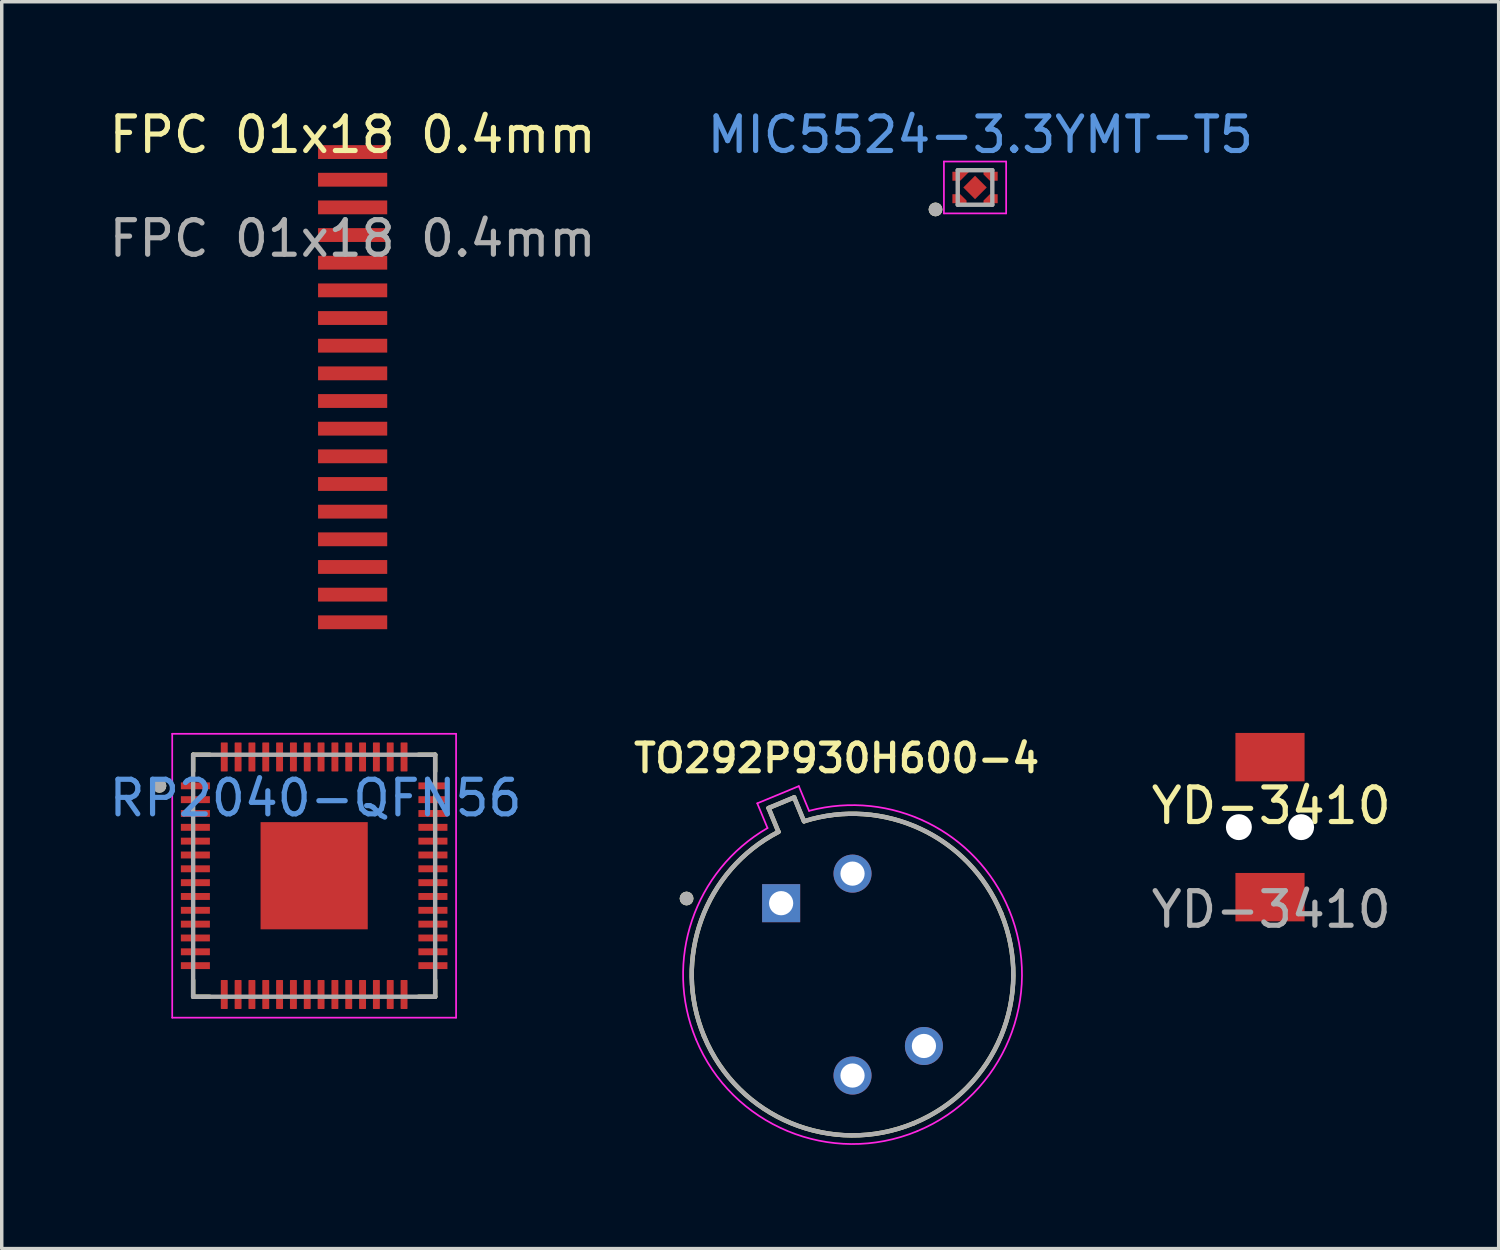
<source format=kicad_pcb>
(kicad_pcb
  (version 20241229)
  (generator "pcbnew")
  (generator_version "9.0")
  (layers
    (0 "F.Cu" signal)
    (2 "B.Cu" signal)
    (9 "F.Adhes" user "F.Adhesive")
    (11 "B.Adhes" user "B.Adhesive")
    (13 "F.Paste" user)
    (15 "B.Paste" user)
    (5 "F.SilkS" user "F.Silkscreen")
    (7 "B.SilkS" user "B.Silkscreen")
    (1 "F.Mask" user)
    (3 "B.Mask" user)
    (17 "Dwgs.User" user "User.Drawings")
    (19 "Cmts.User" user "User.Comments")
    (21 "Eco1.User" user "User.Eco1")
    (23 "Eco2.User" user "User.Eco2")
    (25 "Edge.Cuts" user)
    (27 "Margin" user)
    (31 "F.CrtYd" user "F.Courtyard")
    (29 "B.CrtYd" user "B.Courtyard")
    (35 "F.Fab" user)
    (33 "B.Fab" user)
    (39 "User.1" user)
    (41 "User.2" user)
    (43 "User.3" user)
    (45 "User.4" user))
  (footprint "FPC 01x18 0.4mm"
    (layer "F.Cu")
    (at 7.149 1.348)
    (property "Reference" "FPC 01x18 0.4mm" (at 0 -0.5 0) (unlocked yes) (layer "F.SilkS") (effects (font (size 1 1) (thickness 0.15))))
    (attr smd)
    (fp_text user "${REFERENCE}" (at 0 2.5 0) (unlocked yes) (layer "F.Fab") (effects (font (size 1 1) (thickness 0.15))))
    (pad "1" smd rect (at 0 0) (size 2 0.4) (layers "F.Cu" "F.Mask" "F.Paste"))
    (pad "2" smd rect (at 0 0.8) (size 2 0.4) (layers "F.Cu" "F.Mask" "F.Paste"))
    (pad "3" smd rect (at 0 1.6) (size 2 0.4) (layers "F.Cu" "F.Mask" "F.Paste"))
    (pad "4" smd rect (at 0 2.4) (size 2 0.4) (layers "F.Cu" "F.Mask" "F.Paste"))
    (pad "5" smd rect (at 0 3.2) (size 2 0.4) (layers "F.Cu" "F.Mask" "F.Paste"))
    (pad "6" smd rect (at 0 4) (size 2 0.4) (layers "F.Cu" "F.Mask" "F.Paste"))
    (pad "7" smd rect (at 0 4.8) (size 2 0.4) (layers "F.Cu" "F.Mask" "F.Paste"))
    (pad "8" smd rect (at 0 5.6) (size 2 0.4) (layers "F.Cu" "F.Mask" "F.Paste"))
    (pad "9" smd rect (at 0 6.4) (size 2 0.4) (layers "F.Cu" "F.Mask" "F.Paste"))
    (pad "10" smd rect (at 0 7.2) (size 2 0.4) (layers "F.Cu" "F.Mask" "F.Paste"))
    (pad "11" smd rect (at 0 8) (size 2 0.4) (layers "F.Cu" "F.Mask" "F.Paste"))
    (pad "12" smd rect (at 0 8.8) (size 2 0.4) (layers "F.Cu" "F.Mask" "F.Paste"))
    (pad "13" smd rect (at 0 9.6) (size 2 0.4) (layers "F.Cu" "F.Mask" "F.Paste"))
    (pad "14" smd rect (at 0 10.4) (size 2 0.4) (layers "F.Cu" "F.Mask" "F.Paste"))
    (pad "15" smd rect (at 0 11.2) (size 2 0.4) (layers "F.Cu" "F.Mask" "F.Paste"))
    (pad "16" smd rect (at 0 12) (size 2 0.4) (layers "F.Cu" "F.Mask" "F.Paste"))
    (pad "17" smd rect (at 0 12.8) (size 2 0.4) (layers "F.Cu" "F.Mask" "F.Paste"))
    (pad "18" smd rect (at 0 13.6) (size 2 0.4) (layers "F.Cu" "F.Mask" "F.Paste")))
  (footprint "TO292P930H600-4"
    (layer "F.Cu")
    (at 21.607 25.137)
    (property "Reference" "TO292P930H600-4" (at -0.46 -6.258 0) (layer "F.SilkS") (effects (font (size 0.8 0.8) (thickness 0.15))))
    (attr through_hole)
    (fp_line (start -2.428 -4.817) (end -2.143 -4.128) (stroke (width 0.127) (type solid)) (layer "F.SilkS"))
    (fp_line (start -1.689 -5.124) (end -2.428 -4.817) (stroke (width 0.127) (type solid)) (layer "F.SilkS"))
    (fp_line (start -1.404 -4.434) (end -1.689 -5.124) (stroke (width 0.127) (type solid)) (layer "F.SilkS"))
    (fp_arc (start -4.29604 1.77947) (mid -4.368722 -1.593093) (end -2.14271 -4.127721) (stroke (width 0.127) (type solid)) (layer "F.SilkS"))
    (fp_arc (start -1.40361 -4.43387) (mid 1.962729 -4.215754) (end 4.29604 -1.779471) (stroke (width 0.127) (type solid)) (layer "F.SilkS"))
    (fp_arc (start 1.77947 4.29604) (mid -1.779484 4.296034) (end -4.29604 1.77947) (stroke (width 0.127) (type solid)) (layer "F.SilkS"))
    (fp_arc (start 4.29604 -1.77947) (mid 4.296034 1.779484) (end 1.77947 4.29604) (stroke (width 0.127) (type solid)) (layer "F.SilkS"))
    (fp_circle (center -4.8 -2.2) (end -4.7 -2.2) (stroke (width 0.2) (type solid)) (fill no) (layer "F.SilkS"))
    (fp_line (start -2.755 -4.953) (end -2.459 -4.238) (stroke (width 0.05) (type solid)) (layer "F.CrtYd"))
    (fp_line (start -1.554 -5.45) (end -2.755 -4.953) (stroke (width 0.05) (type solid)) (layer "F.CrtYd"))
    (fp_line (start -1.258 -4.736) (end -1.554 -5.45) (stroke (width 0.05) (type solid)) (layer "F.CrtYd"))
    (fp_arc (start -4.52701 1.87515) (mid -4.641766 -1.570066) (end -2.45902 -4.23808) (stroke (width 0.05) (type solid)) (layer "F.CrtYd"))
    (fp_arc (start -1.25798 -4.73556) (mid 2.172007 -4.392397) (end 4.52701 -1.87515) (stroke (width 0.05) (type solid)) (layer "F.CrtYd"))
    (fp_arc (start 1.87515 4.52701) (mid -1.875148 4.527011) (end -4.52701 1.87515) (stroke (width 0.05) (type solid)) (layer "F.CrtYd"))
    (fp_arc (start 4.52701 -1.87515) (mid 4.527011 1.875148) (end 1.87515 4.52701) (stroke (width 0.05) (type solid)) (layer "F.CrtYd"))
    (fp_line (start -2.428 -4.817) (end -2.143 -4.128) (stroke (width 0.127) (type solid)) (layer "F.Fab"))
    (fp_line (start -1.689 -5.124) (end -2.428 -4.817) (stroke (width 0.127) (type solid)) (layer "F.Fab"))
    (fp_line (start -1.404 -4.434) (end -1.689 -5.124) (stroke (width 0.127) (type solid)) (layer "F.Fab"))
    (fp_arc (start -4.29604 1.77947) (mid -4.368722 -1.593093) (end -2.14271 -4.127721) (stroke (width 0.127) (type solid)) (layer "F.Fab"))
    (fp_arc (start -1.40361 -4.43387) (mid 1.962729 -4.215754) (end 4.29604 -1.779471) (stroke (width 0.127) (type solid)) (layer "F.Fab"))
    (fp_arc (start 1.77947 4.29604) (mid -1.779484 4.296034) (end -4.29604 1.77947) (stroke (width 0.127) (type solid)) (layer "F.Fab"))
    (fp_arc (start 4.29604 -1.77947) (mid 4.296034 1.779484) (end 1.77947 4.29604) (stroke (width 0.127) (type solid)) (layer "F.Fab"))
    (fp_circle (center -4.8 -2.2) (end -4.7 -2.2) (stroke (width 0.2) (type solid)) (fill no) (layer "F.Fab"))
    (pad "1" thru_hole rect (at -2.065 -2.065) (size 1.1 1.1) (drill 0.7) (layers "*.Cu" "*.Mask"))
    (pad "2" thru_hole circle (at 0 2.92) (size 1.1 1.1) (drill 0.7) (layers "*.Cu" "*.Mask"))
    (pad "3" thru_hole circle (at 2.065 2.065) (size 1.1 1.1) (drill 0.7) (layers "*.Cu" "*.Mask"))
    (pad "4" thru_hole circle (at 0 -2.92) (size 1.1 1.1) (drill 0.7) (layers "*.Cu" "*.Mask")))
  (footprint "YD-3410"
    (layer "F.Cu")
    (at 33.717 20.755)
    (property "Reference" "YD-3410" (at 0 -0.5 0) (unlocked yes) (layer "F.SilkS") (effects (font (size 1 1) (thickness 0.15))))
    (attr smd)
    (fp_text user "${REFERENCE}" (at 0 2.5 0) (unlocked yes) (layer "F.Fab") (effects (font (size 1 1) (thickness 0.15))))
    (pad "" np_thru_hole circle (at -0.936 0.118 180) (size 0.75 0.75) (drill 0.75) (layers "*.Cu" "*.Mask"))
    (pad "" np_thru_hole circle (at 0.864 0.118 180) (size 0.75 0.75) (drill 0.75) (layers "*.Cu" "*.Mask"))
    (pad "1" smd rect (at -0.036 -1.907 270) (size 1.4 2) (layers "F.Cu" "F.Mask" "F.Paste"))
    (pad "2" smd rect (at -0.036 2.143 270) (size 1.4 2) (layers "F.Cu" "F.Mask" "F.Paste")))
  (footprint "MIC5524-3.3YMT-T5"
    (layer "F.Cu")
    (at 25.177 2.372)
    (property "Reference" "MIC5524-3.3YMT-T5" (at 0.127 -1.524 0) (unlocked yes) (layer "Cmts.User") (effects (font (size 1 1) (thickness 0.15))))
    (attr smd)
    (fp_poly (pts (xy -0.416 -0.1) (xy -0.777 -0.1) (xy -0.777 -0.55) (xy 0.034 -0.55)) (stroke (width 0.01) (type solid)) (fill yes) (layer "F.Mask"))
    (fp_poly (pts (xy -0.777 0.1) (xy -0.777 0.55) (xy -0.177 0.55) (xy -0.177 0.339) (xy -0.416 0.1)) (stroke (width 0.01) (type solid)) (fill yes) (layer "F.Mask"))
    (fp_poly (pts (xy 0.123 -0.55) (xy 0.123 -0.339) (xy 0.362 -0.1) (xy 0.723 -0.1) (xy 0.723 -0.55)) (stroke (width 0.01) (type solid)) (fill yes) (layer "F.Mask"))
    (fp_poly (pts (xy 0.723 0.55) (xy 0.123 0.55) (xy 0.123 0.339) (xy 0.362 0.1) (xy 0.723 0.1)) (stroke (width 0.01) (type solid)) (fill yes) (layer "F.Mask"))
    (fp_circle (center -1.17 0.635) (end -1.07 0.635) (stroke (width 0.2) (type solid)) (fill no) (layer "F.SilkS"))
    (fp_poly (pts (xy -0.677 -0.45) (xy -0.677 -0.2) (xy -0.457 -0.2) (xy -0.207 -0.45)) (stroke (width 0.01) (type solid)) (fill yes) (layer "F.Paste"))
    (fp_poly (pts (xy -0.277 0.45) (xy -0.677 0.45) (xy -0.677 0.2) (xy -0.457 0.2) (xy -0.277 0.38)) (stroke (width 0.01) (type solid)) (fill yes) (layer "F.Paste"))
    (fp_poly (pts (xy 0.403 -0.2) (xy 0.223 -0.38) (xy 0.223 -0.45) (xy 0.623 -0.45) (xy 0.623 -0.2)) (stroke (width 0.01) (type solid)) (fill yes) (layer "F.Paste"))
    (fp_poly (pts (xy 0.623 0.45) (xy 0.223 0.45) (xy 0.223 0.38) (xy 0.403 0.2) (xy 0.623 0.2)) (stroke (width 0.01) (type solid)) (fill yes) (layer "F.Paste"))
    (fp_line (start -0.927 -0.75) (end -0.927 0.75) (stroke (width 0.05) (type solid)) (layer "F.CrtYd"))
    (fp_line (start -0.927 0.75) (end 0.873 0.75) (stroke (width 0.05) (type solid)) (layer "F.CrtYd"))
    (fp_line (start 0.873 -0.75) (end -0.927 -0.75) (stroke (width 0.05) (type solid)) (layer "F.CrtYd"))
    (fp_line (start 0.873 0.75) (end 0.873 -0.75) (stroke (width 0.05) (type solid)) (layer "F.CrtYd"))
    (fp_line (start -0.527 -0.5) (end -0.527 0.5) (stroke (width 0.127) (type solid)) (layer "F.Fab"))
    (fp_line (start -0.527 0.5) (end 0.473 0.5) (stroke (width 0.127) (type solid)) (layer "F.Fab"))
    (fp_line (start 0.473 -0.5) (end -0.527 -0.5) (stroke (width 0.127) (type solid)) (layer "F.Fab"))
    (fp_line (start 0.473 0.5) (end 0.473 -0.5) (stroke (width 0.127) (type solid)) (layer "F.Fab"))
    (fp_circle (center -1.17 0.635) (end -1.07 0.635) (stroke (width 0.2) (type solid)) (fill no) (layer "F.Fab"))
    (pad "1" smd custom (at -0.477 0.325) (size 0.1 0.1) (layers "F.Cu") (options (anchor rect)) (primitives (gr_poly (pts (xy 0.2 0.125) (xy -0.2 0.125) (xy -0.2 -0.125) (xy 0.02 -0.125) (xy 0.2 0.055)) (width 0.01) (fill yes))))
    (pad "2" smd custom (at 0.423 0.325) (size 0.1 0.1) (layers "F.Cu") (options (anchor rect)) (primitives (gr_poly (pts (xy 0.2 0.125) (xy -0.2 0.125) (xy -0.2 0.055) (xy -0.02 -0.125) (xy 0.2 -0.125)) (width 0.01) (fill yes))))
    (pad "3" smd custom (at 0.423 -0.325) (size 0.1 0.1) (layers "F.Cu") (options (anchor rect)) (primitives (gr_poly (pts (xy -0.02 0.125) (xy -0.2 -0.055) (xy -0.2 -0.125) (xy 0.2 -0.125) (xy 0.2 0.125)) (width 0.01) (fill yes))))
    (pad "4" smd custom (at -0.477 -0.325) (size 0.1 0.1) (layers "F.Cu") (options (anchor rect)) (primitives (gr_poly (pts (xy -0.2 -0.125) (xy -0.2 0.125) (xy 0.02 0.125) (xy 0.27 -0.125)) (width 0.01) (fill yes))))
    (pad "EP" smd rect (at -0.027 0 45) (size 0.48 0.48) (layers "F.Cu" "F.Mask" "F.Paste")))
  (footprint "RP2040-QFN56"
    (layer "F.Cu")
    (at 5.95 22.319)
    (property "Reference" "RP2040-QFN56" (at 0.127 -2.286 0) (unlocked yes) (layer "Cmts.User") (effects (font (size 1 1) (thickness 0.15))))
    (attr smd)
    (fp_line (start -3.414 -3.541) (end -3.414 -3.061) (stroke (width 0.127) (type solid)) (layer "F.SilkS"))
    (fp_line (start -3.414 -3.541) (end -2.934 -3.541) (stroke (width 0.127) (type solid)) (layer "F.SilkS"))
    (fp_line (start -3.414 3.459) (end -3.414 2.979) (stroke (width 0.127) (type solid)) (layer "F.SilkS"))
    (fp_line (start -3.414 3.459) (end -2.934 3.459) (stroke (width 0.127) (type solid)) (layer "F.SilkS"))
    (fp_line (start 3.586 -3.541) (end 3.106 -3.541) (stroke (width 0.127) (type solid)) (layer "F.SilkS"))
    (fp_line (start 3.586 -3.541) (end 3.586 -3.061) (stroke (width 0.127) (type solid)) (layer "F.SilkS"))
    (fp_line (start 3.586 3.459) (end 3.106 3.459) (stroke (width 0.127) (type solid)) (layer "F.SilkS"))
    (fp_line (start 3.586 3.459) (end 3.586 2.979) (stroke (width 0.127) (type solid)) (layer "F.SilkS"))
    (fp_circle (center -4.389 -2.641) (end -4.289 -2.641) (stroke (width 0.2) (type solid)) (fill no) (layer "F.SilkS"))
    (fp_poly (pts (xy -0.894 -1.021) (xy 1.066 -1.021) (xy 1.066 0.939) (xy -0.894 0.939)) (stroke (width 0.01) (type solid)) (fill yes) (layer "F.Paste"))
    (fp_line (start -4.019 -4.146) (end 4.191 -4.146) (stroke (width 0.05) (type solid)) (layer "F.CrtYd"))
    (fp_line (start -4.019 4.064) (end -4.019 -4.146) (stroke (width 0.05) (type solid)) (layer "F.CrtYd"))
    (fp_line (start -4.019 4.064) (end 4.191 4.064) (stroke (width 0.05) (type solid)) (layer "F.CrtYd"))
    (fp_line (start 4.191 4.064) (end 4.191 -4.146) (stroke (width 0.05) (type solid)) (layer "F.CrtYd"))
    (fp_line (start -3.414 3.459) (end -3.414 -3.541) (stroke (width 0.127) (type solid)) (layer "F.Fab"))
    (fp_line (start 3.586 -3.541) (end -3.414 -3.541) (stroke (width 0.127) (type solid)) (layer "F.Fab"))
    (fp_line (start 3.586 3.459) (end -3.414 3.459) (stroke (width 0.127) (type solid)) (layer "F.Fab"))
    (fp_line (start 3.586 3.459) (end 3.586 -3.541) (stroke (width 0.127) (type solid)) (layer "F.Fab"))
    (fp_circle (center -4.389 -2.641) (end -4.289 -2.641) (stroke (width 0.2) (type solid)) (fill no) (layer "F.Fab"))
    (pad "1" smd roundrect (at -3.349 -2.641) (size 0.84 0.2) (layers "F.Cu" "F.Mask" "F.Paste") (roundrect_rratio 0.03))
    (pad "2" smd roundrect (at -3.349 -2.241) (size 0.84 0.2) (layers "F.Cu" "F.Mask" "F.Paste") (roundrect_rratio 0.03))
    (pad "3" smd roundrect (at -3.349 -1.841) (size 0.84 0.2) (layers "F.Cu" "F.Mask" "F.Paste") (roundrect_rratio 0.03))
    (pad "4" smd roundrect (at -3.349 -1.441) (size 0.84 0.2) (layers "F.Cu" "F.Mask" "F.Paste") (roundrect_rratio 0.03))
    (pad "5" smd roundrect (at -3.349 -1.041) (size 0.84 0.2) (layers "F.Cu" "F.Mask" "F.Paste") (roundrect_rratio 0.03))
    (pad "6" smd roundrect (at -3.349 -0.641) (size 0.84 0.2) (layers "F.Cu" "F.Mask" "F.Paste") (roundrect_rratio 0.03))
    (pad "7" smd roundrect (at -3.349 -0.241) (size 0.84 0.2) (layers "F.Cu" "F.Mask" "F.Paste") (roundrect_rratio 0.03))
    (pad "8" smd roundrect (at -3.349 0.159) (size 0.84 0.2) (layers "F.Cu" "F.Mask" "F.Paste") (roundrect_rratio 0.03))
    (pad "9" smd roundrect (at -3.349 0.559) (size 0.84 0.2) (layers "F.Cu" "F.Mask" "F.Paste") (roundrect_rratio 0.03))
    (pad "10" smd roundrect (at -3.349 0.959) (size 0.84 0.2) (layers "F.Cu" "F.Mask" "F.Paste") (roundrect_rratio 0.03))
    (pad "11" smd roundrect (at -3.349 1.359) (size 0.84 0.2) (layers "F.Cu" "F.Mask" "F.Paste") (roundrect_rratio 0.03))
    (pad "12" smd roundrect (at -3.349 1.759) (size 0.84 0.2) (layers "F.Cu" "F.Mask" "F.Paste") (roundrect_rratio 0.03))
    (pad "13" smd roundrect (at -3.349 2.159) (size 0.84 0.2) (layers "F.Cu" "F.Mask" "F.Paste") (roundrect_rratio 0.03))
    (pad "14" smd roundrect (at -3.349 2.559) (size 0.84 0.2) (layers "F.Cu" "F.Mask" "F.Paste") (roundrect_rratio 0.03))
    (pad "15" smd roundrect (at -2.514 3.394) (size 0.2 0.84) (layers "F.Cu" "F.Mask" "F.Paste") (roundrect_rratio 0.1))
    (pad "16" smd roundrect (at -2.114 3.394) (size 0.2 0.84) (layers "F.Cu" "F.Mask" "F.Paste") (roundrect_rratio 0.1))
    (pad "17" smd roundrect (at -1.714 3.394) (size 0.2 0.84) (layers "F.Cu" "F.Mask" "F.Paste") (roundrect_rratio 0.1))
    (pad "18" smd roundrect (at -1.314 3.394) (size 0.2 0.84) (layers "F.Cu" "F.Mask" "F.Paste") (roundrect_rratio 0.1))
    (pad "19" smd roundrect (at -0.914 3.394) (size 0.2 0.84) (layers "F.Cu" "F.Mask" "F.Paste") (roundrect_rratio 0.1))
    (pad "20" smd roundrect (at -0.514 3.394) (size 0.2 0.84) (layers "F.Cu" "F.Mask" "F.Paste") (roundrect_rratio 0.1))
    (pad "21" smd roundrect (at -0.114 3.394) (size 0.2 0.84) (layers "F.Cu" "F.Mask" "F.Paste") (roundrect_rratio 0.1))
    (pad "22" smd roundrect (at 0.286 3.394) (size 0.2 0.84) (layers "F.Cu" "F.Mask" "F.Paste") (roundrect_rratio 0.1))
    (pad "23" smd roundrect (at 0.686 3.394) (size 0.2 0.84) (layers "F.Cu" "F.Mask" "F.Paste") (roundrect_rratio 0.1))
    (pad "24" smd roundrect (at 1.086 3.394) (size 0.2 0.84) (layers "F.Cu" "F.Mask" "F.Paste") (roundrect_rratio 0.1))
    (pad "25" smd roundrect (at 1.486 3.394) (size 0.2 0.84) (layers "F.Cu" "F.Mask" "F.Paste") (roundrect_rratio 0.1))
    (pad "26" smd roundrect (at 1.886 3.394) (size 0.2 0.84) (layers "F.Cu" "F.Mask" "F.Paste") (roundrect_rratio 0.1))
    (pad "27" smd roundrect (at 2.286 3.394) (size 0.2 0.84) (layers "F.Cu" "F.Mask" "F.Paste") (roundrect_rratio 0.1))
    (pad "28" smd roundrect (at 2.686 3.394) (size 0.2 0.84) (layers "F.Cu" "F.Mask" "F.Paste") (roundrect_rratio 0.1))
    (pad "29" smd roundrect (at 3.521 2.559) (size 0.84 0.2) (layers "F.Cu" "F.Mask" "F.Paste") (roundrect_rratio 0.03))
    (pad "30" smd roundrect (at 3.521 2.159) (size 0.84 0.2) (layers "F.Cu" "F.Mask" "F.Paste") (roundrect_rratio 0.03))
    (pad "31" smd roundrect (at 3.521 1.759) (size 0.84 0.2) (layers "F.Cu" "F.Mask" "F.Paste") (roundrect_rratio 0.03))
    (pad "32" smd roundrect (at 3.521 1.359) (size 0.84 0.2) (layers "F.Cu" "F.Mask" "F.Paste") (roundrect_rratio 0.03))
    (pad "33" smd roundrect (at 3.521 0.959) (size 0.84 0.2) (layers "F.Cu" "F.Mask" "F.Paste") (roundrect_rratio 0.03))
    (pad "34" smd roundrect (at 3.521 0.559) (size 0.84 0.2) (layers "F.Cu" "F.Mask" "F.Paste") (roundrect_rratio 0.03))
    (pad "35" smd roundrect (at 3.521 0.159) (size 0.84 0.2) (layers "F.Cu" "F.Mask" "F.Paste") (roundrect_rratio 0.03))
    (pad "36" smd roundrect (at 3.521 -0.241) (size 0.84 0.2) (layers "F.Cu" "F.Mask" "F.Paste") (roundrect_rratio 0.03))
    (pad "37" smd roundrect (at 3.521 -0.641) (size 0.84 0.2) (layers "F.Cu" "F.Mask" "F.Paste") (roundrect_rratio 0.03))
    (pad "38" smd roundrect (at 3.521 -1.041) (size 0.84 0.2) (layers "F.Cu" "F.Mask" "F.Paste") (roundrect_rratio 0.03))
    (pad "39" smd roundrect (at 3.521 -1.441) (size 0.84 0.2) (layers "F.Cu" "F.Mask" "F.Paste") (roundrect_rratio 0.03))
    (pad "40" smd roundrect (at 3.521 -1.841) (size 0.84 0.2) (layers "F.Cu" "F.Mask" "F.Paste") (roundrect_rratio 0.03))
    (pad "41" smd roundrect (at 3.521 -2.241) (size 0.84 0.2) (layers "F.Cu" "F.Mask" "F.Paste") (roundrect_rratio 0.03))
    (pad "42" smd roundrect (at 3.521 -2.641) (size 0.84 0.2) (layers "F.Cu" "F.Mask" "F.Paste") (roundrect_rratio 0.03))
    (pad "43" smd roundrect (at 2.686 -3.476) (size 0.2 0.84) (layers "F.Cu" "F.Mask" "F.Paste") (roundrect_rratio 0.1))
    (pad "44" smd roundrect (at 2.286 -3.476) (size 0.2 0.84) (layers "F.Cu" "F.Mask" "F.Paste") (roundrect_rratio 0.1))
    (pad "45" smd roundrect (at 1.886 -3.476) (size 0.2 0.84) (layers "F.Cu" "F.Mask" "F.Paste") (roundrect_rratio 0.1))
    (pad "46" smd roundrect (at 1.486 -3.476) (size 0.2 0.84) (layers "F.Cu" "F.Mask" "F.Paste") (roundrect_rratio 0.1))
    (pad "47" smd roundrect (at 1.086 -3.476) (size 0.2 0.84) (layers "F.Cu" "F.Mask" "F.Paste") (roundrect_rratio 0.1))
    (pad "48" smd roundrect (at 0.686 -3.476) (size 0.2 0.84) (layers "F.Cu" "F.Mask" "F.Paste") (roundrect_rratio 0.1))
    (pad "49" smd roundrect (at 0.286 -3.476) (size 0.2 0.84) (layers "F.Cu" "F.Mask" "F.Paste") (roundrect_rratio 0.1))
    (pad "50" smd roundrect (at -0.114 -3.476) (size 0.2 0.84) (layers "F.Cu" "F.Mask" "F.Paste") (roundrect_rratio 0.1))
    (pad "51" smd roundrect (at -0.514 -3.476) (size 0.2 0.84) (layers "F.Cu" "F.Mask" "F.Paste") (roundrect_rratio 0.1))
    (pad "52" smd roundrect (at -0.914 -3.476) (size 0.2 0.84) (layers "F.Cu" "F.Mask" "F.Paste") (roundrect_rratio 0.1))
    (pad "53" smd roundrect (at -1.314 -3.476) (size 0.2 0.84) (layers "F.Cu" "F.Mask" "F.Paste") (roundrect_rratio 0.1))
    (pad "54" smd roundrect (at -1.714 -3.476) (size 0.2 0.84) (layers "F.Cu" "F.Mask" "F.Paste") (roundrect_rratio 0.1))
    (pad "55" smd roundrect (at -2.114 -3.476) (size 0.2 0.84) (layers "F.Cu" "F.Mask" "F.Paste") (roundrect_rratio 0.1))
    (pad "56" smd roundrect (at -2.514 -3.476) (size 0.2 0.84) (layers "F.Cu" "F.Mask" "F.Paste") (roundrect_rratio 0.1))
    (pad "57" smd rect (at 0.086 -0.041) (size 3.1 3.1) (layers "F.Cu" "F.Mask")))
  (gr_rect
    (start -3 -3)
    (end 40.295 33.063)
    (stroke (width 0.1) (type default))
    (fill no)
    (layer "Edge.Cuts")))
</source>
